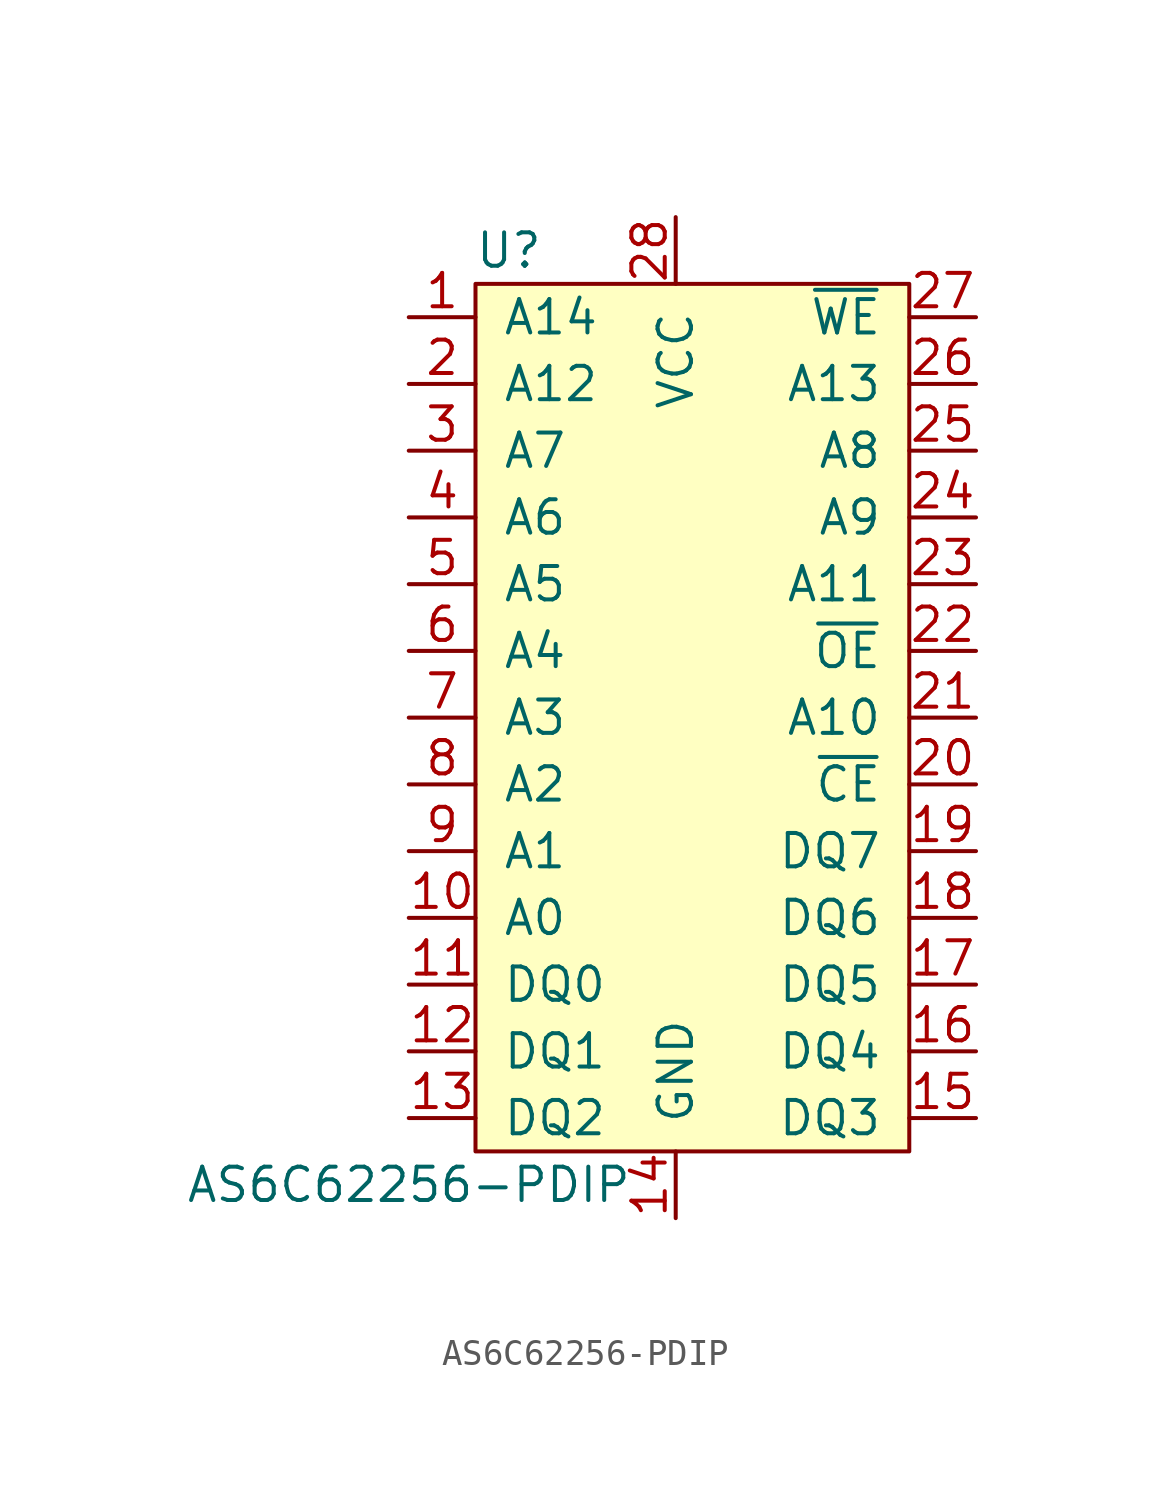
<source format=kicad_sym>
(kicad_symbol_lib
  (version 20211014)
  (generator kicad_symbol_editor)
  (symbol "AS6C62256-PDIP"
    (pin_names
      (offset 1.016))
    (property "Reference" "U"
      (at -6.35 17.78 0)
      (effects (font (size 1.27 1.27))))
    (property "Value" "AS6C62256-PDIP"
      (at -10.16 -17.78 0)
      (effects (font (size 1.27 1.27))))
    (symbol "AS6C62256-PDIP_0_1"
      (rectangle (start -7.62 16.51) (end 8.89 -16.51) (stroke (width 0) (type default) (color 0 0 0 0)) (fill (type background))))
    (symbol "AS6C62256-PDIP_1_1"
      (pin input line (at -10.16 15.24 0) (length 2.54) (name "A14" (effects (font (size 1.27 1.27)))) (number "1" (effects (font (size 1.27 1.27)))))
      (pin input line (at -10.16 -7.62 0) (length 2.54) (name "A0" (effects (font (size 1.27 1.27)))) (number "10" (effects (font (size 1.27 1.27)))))
      (pin tri_state line (at -10.16 -10.16 0) (length 2.54) (name "DQ0" (effects (font (size 1.27 1.27)))) (number "11" (effects (font (size 1.27 1.27)))))
      (pin tri_state line (at -10.16 -12.7 0) (length 2.54) (name "DQ1" (effects (font (size 1.27 1.27)))) (number "12" (effects (font (size 1.27 1.27)))))
      (pin tri_state line (at -10.16 -15.24 0) (length 2.54) (name "DQ2" (effects (font (size 1.27 1.27)))) (number "13" (effects (font (size 1.27 1.27)))))
      (pin power_in line (at 0 -19.05 90) (length 2.54) (name "GND" (effects (font (size 1.27 1.27)))) (number "14" (effects (font (size 1.27 1.27)))))
      (pin tri_state line (at 11.43 -15.24 180) (length 2.54) (name "DQ3" (effects (font (size 1.27 1.27)))) (number "15" (effects (font (size 1.27 1.27)))))
      (pin tri_state line (at 11.43 -12.7 180) (length 2.54) (name "DQ4" (effects (font (size 1.27 1.27)))) (number "16" (effects (font (size 1.27 1.27)))))
      (pin tri_state line (at 11.43 -10.16 180) (length 2.54) (name "DQ5" (effects (font (size 1.27 1.27)))) (number "17" (effects (font (size 1.27 1.27)))))
      (pin tri_state line (at 11.43 -7.62 180) (length 2.54) (name "DQ6" (effects (font (size 1.27 1.27)))) (number "18" (effects (font (size 1.27 1.27)))))
      (pin tri_state line (at 11.43 -5.08 180) (length 2.54) (name "DQ7" (effects (font (size 1.27 1.27)))) (number "19" (effects (font (size 1.27 1.27)))))
      (pin input line (at -10.16 12.7 0) (length 2.54) (name "A12" (effects (font (size 1.27 1.27)))) (number "2" (effects (font (size 1.27 1.27)))))
      (pin input line (at 11.43 -2.54 180) (length 2.54) (name "~{CE}" (effects (font (size 1.27 1.27)))) (number "20" (effects (font (size 1.27 1.27)))))
      (pin input line (at 11.43 0 180) (length 2.54) (name "A10" (effects (font (size 1.27 1.27)))) (number "21" (effects (font (size 1.27 1.27)))))
      (pin input line (at 11.43 2.54 180) (length 2.54) (name "~{OE}" (effects (font (size 1.27 1.27)))) (number "22" (effects (font (size 1.27 1.27)))))
      (pin input line (at 11.43 5.08 180) (length 2.54) (name "A11" (effects (font (size 1.27 1.27)))) (number "23" (effects (font (size 1.27 1.27)))))
      (pin input line (at 11.43 7.62 180) (length 2.54) (name "A9" (effects (font (size 1.27 1.27)))) (number "24" (effects (font (size 1.27 1.27)))))
      (pin input line (at 11.43 10.16 180) (length 2.54) (name "A8" (effects (font (size 1.27 1.27)))) (number "25" (effects (font (size 1.27 1.27)))))
      (pin input line (at 11.43 12.7 180) (length 2.54) (name "A13" (effects (font (size 1.27 1.27)))) (number "26" (effects (font (size 1.27 1.27)))))
      (pin input line (at 11.43 15.24 180) (length 2.54) (name "~{WE}" (effects (font (size 1.27 1.27)))) (number "27" (effects (font (size 1.27 1.27)))))
      (pin power_in line (at 0 19.05 270) (length 2.54) (name "VCC" (effects (font (size 1.27 1.27)))) (number "28" (effects (font (size 1.27 1.27)))))
      (pin input line (at -10.16 10.16 0) (length 2.54) (name "A7" (effects (font (size 1.27 1.27)))) (number "3" (effects (font (size 1.27 1.27)))))
      (pin input line (at -10.16 7.62 0) (length 2.54) (name "A6" (effects (font (size 1.27 1.27)))) (number "4" (effects (font (size 1.27 1.27)))))
      (pin input line (at -10.16 5.08 0) (length 2.54) (name "A5" (effects (font (size 1.27 1.27)))) (number "5" (effects (font (size 1.27 1.27)))))
      (pin input line (at -10.16 2.54 0) (length 2.54) (name "A4" (effects (font (size 1.27 1.27)))) (number "6" (effects (font (size 1.27 1.27)))))
      (pin input line (at -10.16 0 0) (length 2.54) (name "A3" (effects (font (size 1.27 1.27)))) (number "7" (effects (font (size 1.27 1.27)))))
      (pin input line (at -10.16 -2.54 0) (length 2.54) (name "A2" (effects (font (size 1.27 1.27)))) (number "8" (effects (font (size 1.27 1.27)))))
      (pin input line (at -10.16 -5.08 0) (length 2.54) (name "A1" (effects (font (size 1.27 1.27)))) (number "9" (effects (font (size 1.27 1.27))))))))
</source>
